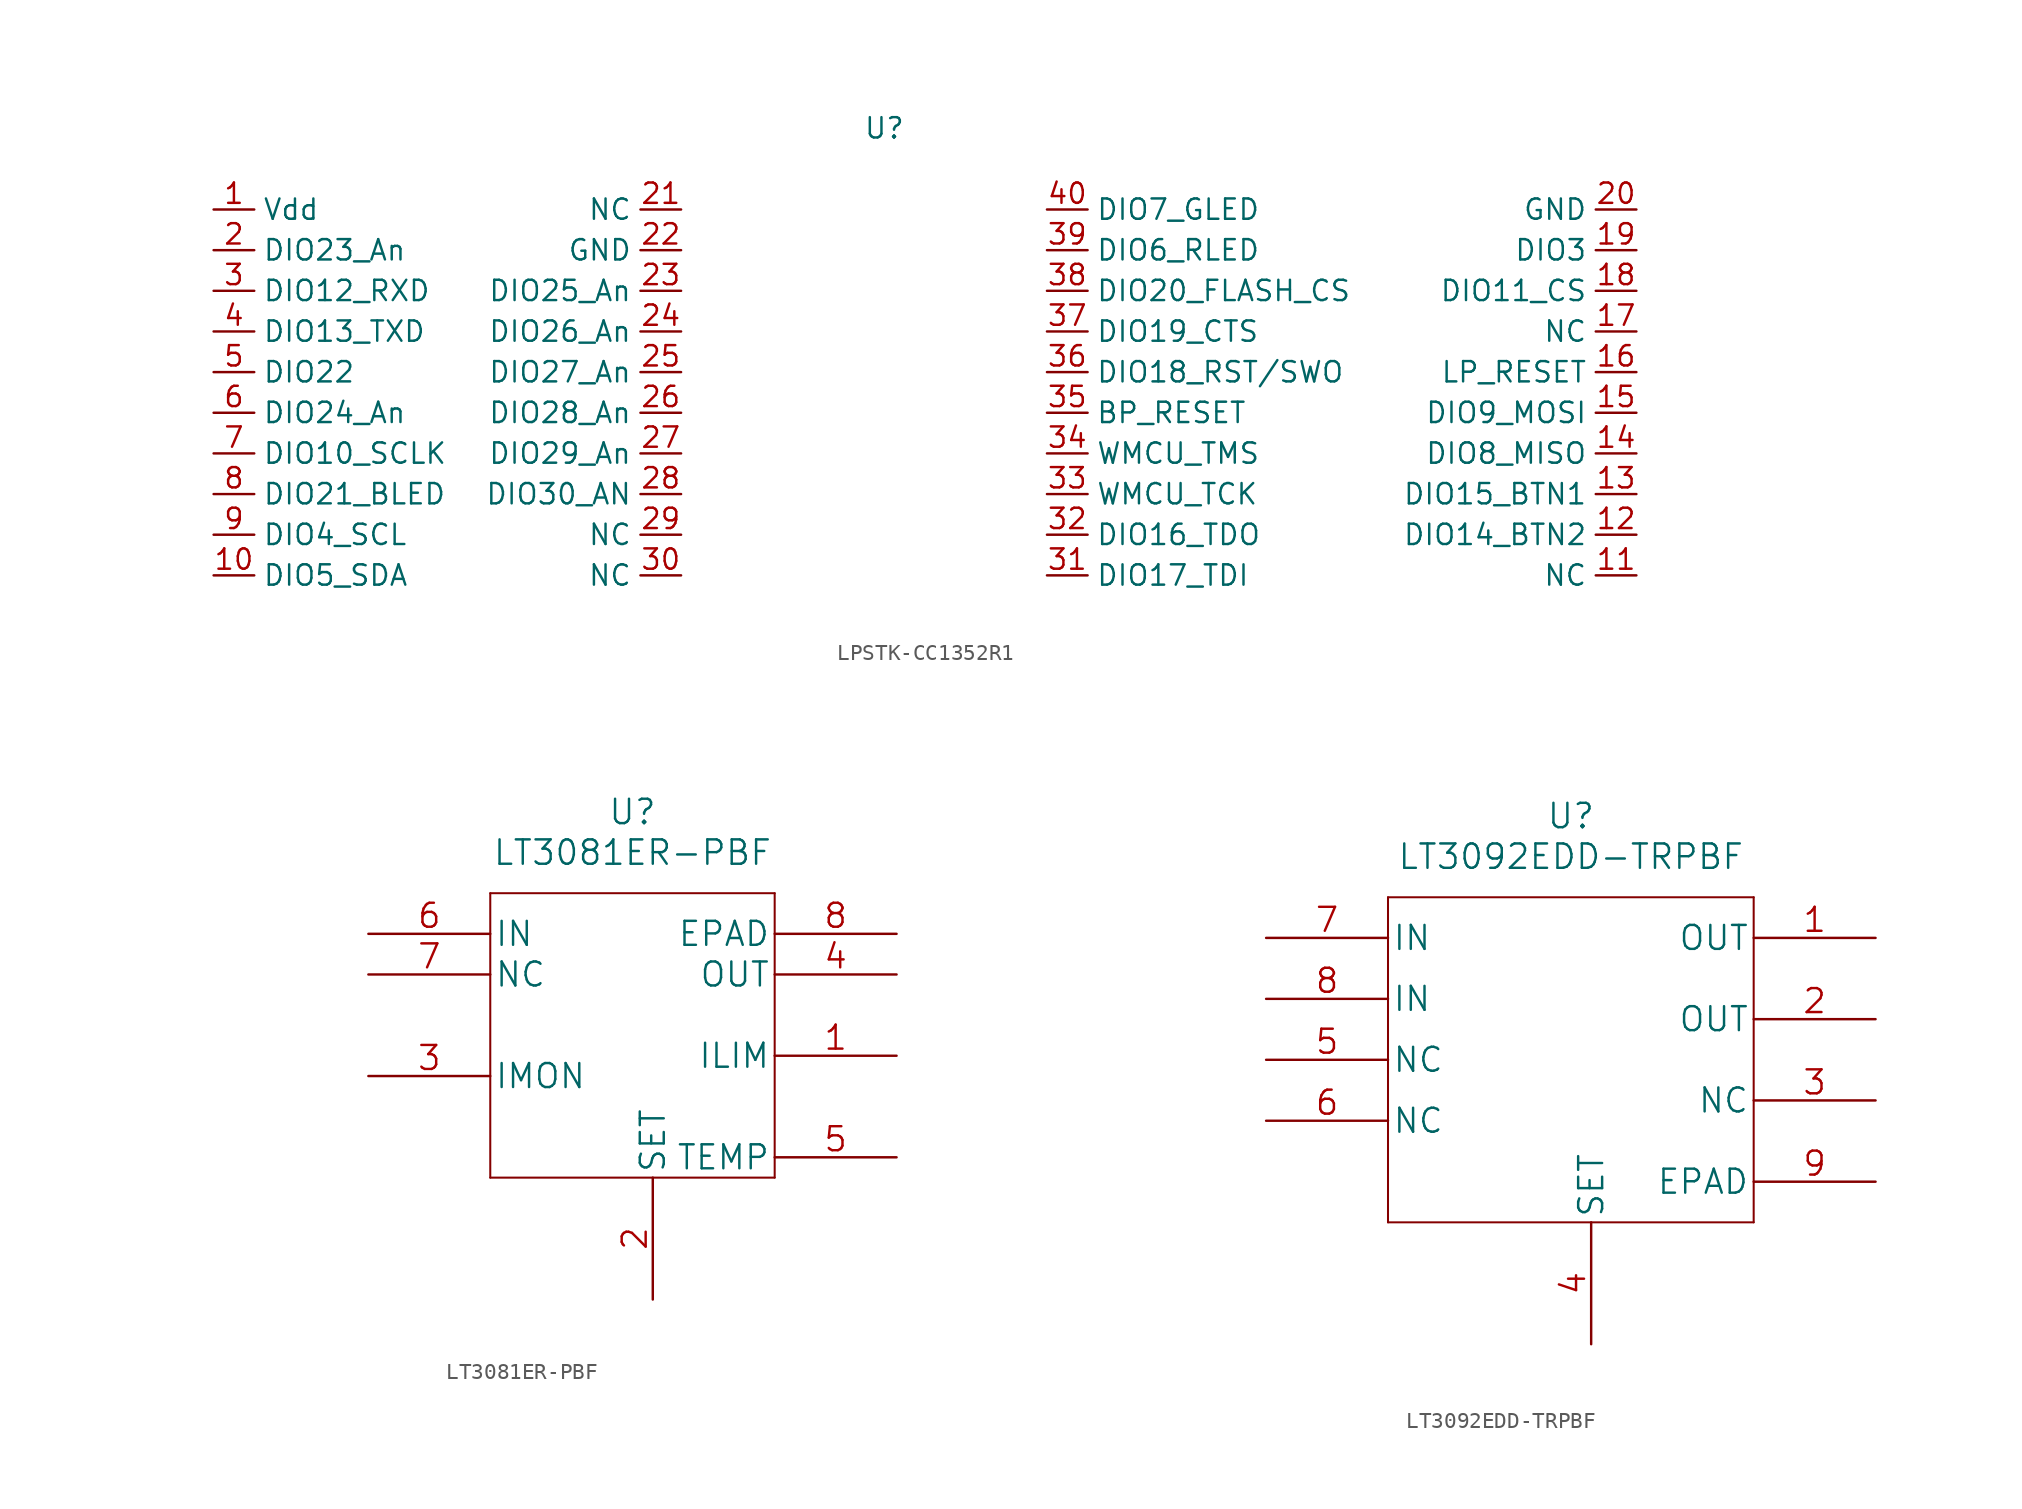
<source format=kicad_sym>
(kicad_symbol_lib
  (version 20220914)
  (generator kicad_symbol_editor)
  (symbol "LPSTK-CC1352R1"
    (property "Reference" "U"
      (at 0 0 0)
      (effects (font (size 1.27 1.27))))
    (property "Value" ""
      (at 0 0 0)
      (effects (font (size 1.27 1.27))))
    (symbol "LPSTK-CC1352R1_1_1"
      (pin input line (at -41.91 -5.08 0) (length 2.54) (name "Vdd" (effects (font (size 1.27 1.27)))) (number "1" (effects (font (size 1.27 1.27)))))
      (pin input line (at -41.91 -27.94 0) (length 2.54) (name "DIO5_SDA" (effects (font (size 1.27 1.27)))) (number "10" (effects (font (size 1.27 1.27)))))
      (pin passive line (at 46.99 -27.94 180) (length 2.54) (name "NC" (effects (font (size 1.27 1.27)))) (number "11" (effects (font (size 1.27 1.27)))))
      (pin passive line (at 46.99 -25.4 180) (length 2.54) (name "DIO14_BTN2" (effects (font (size 1.27 1.27)))) (number "12" (effects (font (size 1.27 1.27)))))
      (pin passive line (at 46.99 -22.86 180) (length 2.54) (name "DIO15_BTN1" (effects (font (size 1.27 1.27)))) (number "13" (effects (font (size 1.27 1.27)))))
      (pin passive line (at 46.99 -20.32 180) (length 2.54) (name "DIO8_MISO" (effects (font (size 1.27 1.27)))) (number "14" (effects (font (size 1.27 1.27)))))
      (pin passive line (at 46.99 -17.78 180) (length 2.54) (name "DIO9_MOSI" (effects (font (size 1.27 1.27)))) (number "15" (effects (font (size 1.27 1.27)))))
      (pin passive line (at 46.99 -15.24 180) (length 2.54) (name "LP_RESET" (effects (font (size 1.27 1.27)))) (number "16" (effects (font (size 1.27 1.27)))))
      (pin passive line (at 46.99 -12.7 180) (length 2.54) (name "NC" (effects (font (size 1.27 1.27)))) (number "17" (effects (font (size 1.27 1.27)))))
      (pin passive line (at 46.99 -10.16 180) (length 2.54) (name "DIO11_CS" (effects (font (size 1.27 1.27)))) (number "18" (effects (font (size 1.27 1.27)))))
      (pin passive line (at 46.99 -7.62 180) (length 2.54) (name "DIO3" (effects (font (size 1.27 1.27)))) (number "19" (effects (font (size 1.27 1.27)))))
      (pin input line (at -41.91 -7.62 0) (length 2.54) (name "DIO23_An" (effects (font (size 1.27 1.27)))) (number "2" (effects (font (size 1.27 1.27)))))
      (pin free line (at 46.99 -5.08 180) (length 2.54) (name "GND" (effects (font (size 1.27 1.27)))) (number "20" (effects (font (size 1.27 1.27)))))
      (pin free line (at -12.7 -5.08 180) (length 2.54) (name "NC" (effects (font (size 1.27 1.27)))) (number "21" (effects (font (size 1.27 1.27)))))
      (pin passive line (at -12.7 -7.62 180) (length 2.54) (name "GND" (effects (font (size 1.27 1.27)))) (number "22" (effects (font (size 1.27 1.27)))))
      (pin passive line (at -12.7 -10.16 180) (length 2.54) (name "DIO25_An" (effects (font (size 1.27 1.27)))) (number "23" (effects (font (size 1.27 1.27)))))
      (pin passive line (at -12.7 -12.7 180) (length 2.54) (name "DIO26_An" (effects (font (size 1.27 1.27)))) (number "24" (effects (font (size 1.27 1.27)))))
      (pin passive line (at -12.7 -15.24 180) (length 2.54) (name "DIO27_An" (effects (font (size 1.27 1.27)))) (number "25" (effects (font (size 1.27 1.27)))))
      (pin passive line (at -12.7 -17.78 180) (length 2.54) (name "DIO28_An" (effects (font (size 1.27 1.27)))) (number "26" (effects (font (size 1.27 1.27)))))
      (pin passive line (at -12.7 -20.32 180) (length 2.54) (name "DIO29_An" (effects (font (size 1.27 1.27)))) (number "27" (effects (font (size 1.27 1.27)))))
      (pin passive line (at -12.7 -22.86 180) (length 2.54) (name "DIO30_AN" (effects (font (size 1.27 1.27)))) (number "28" (effects (font (size 1.27 1.27)))))
      (pin passive line (at -12.7 -25.4 180) (length 2.54) (name "NC" (effects (font (size 1.27 1.27)))) (number "29" (effects (font (size 1.27 1.27)))))
      (pin input line (at -41.91 -10.16 0) (length 2.54) (name "DIO12_RXD" (effects (font (size 1.27 1.27)))) (number "3" (effects (font (size 1.27 1.27)))))
      (pin passive line (at -12.7 -27.94 180) (length 2.54) (name "NC" (effects (font (size 1.27 1.27)))) (number "30" (effects (font (size 1.27 1.27)))))
      (pin input line (at 10.16 -27.94 0) (length 2.54) (name "DIO17_TDI" (effects (font (size 1.27 1.27)))) (number "31" (effects (font (size 1.27 1.27)))))
      (pin input line (at 10.16 -25.4 0) (length 2.54) (name "DIO16_TDO" (effects (font (size 1.27 1.27)))) (number "32" (effects (font (size 1.27 1.27)))))
      (pin input line (at 10.16 -22.86 0) (length 2.54) (name "WMCU_TCK" (effects (font (size 1.27 1.27)))) (number "33" (effects (font (size 1.27 1.27)))))
      (pin input line (at 10.16 -20.32 0) (length 2.54) (name "WMCU_TMS" (effects (font (size 1.27 1.27)))) (number "34" (effects (font (size 1.27 1.27)))))
      (pin input line (at 10.16 -17.78 0) (length 2.54) (name "BP_RESET" (effects (font (size 1.27 1.27)))) (number "35" (effects (font (size 1.27 1.27)))))
      (pin input line (at 10.16 -15.24 0) (length 2.54) (name "DIO18_RST/SWO" (effects (font (size 1.27 1.27)))) (number "36" (effects (font (size 1.27 1.27)))))
      (pin input line (at 10.16 -12.7 0) (length 2.54) (name "DIO19_CTS" (effects (font (size 1.27 1.27)))) (number "37" (effects (font (size 1.27 1.27)))))
      (pin input line (at 10.16 -10.16 0) (length 2.54) (name "DIO20_FLASH_CS" (effects (font (size 1.27 1.27)))) (number "38" (effects (font (size 1.27 1.27)))))
      (pin input line (at 10.16 -7.62 0) (length 2.54) (name "DIO6_RLED" (effects (font (size 1.27 1.27)))) (number "39" (effects (font (size 1.27 1.27)))))
      (pin input line (at -41.91 -12.7 0) (length 2.54) (name "DIO13_TXD" (effects (font (size 1.27 1.27)))) (number "4" (effects (font (size 1.27 1.27)))))
      (pin input line (at 10.16 -5.08 0) (length 2.54) (name "DIO7_GLED" (effects (font (size 1.27 1.27)))) (number "40" (effects (font (size 1.27 1.27)))))
      (pin input line (at -41.91 -15.24 0) (length 2.54) (name "DIO22" (effects (font (size 1.27 1.27)))) (number "5" (effects (font (size 1.27 1.27)))))
      (pin input line (at -41.91 -17.78 0) (length 2.54) (name "DIO24_An" (effects (font (size 1.27 1.27)))) (number "6" (effects (font (size 1.27 1.27)))))
      (pin input line (at -41.91 -20.32 0) (length 2.54) (name "DIO10_SCLK" (effects (font (size 1.27 1.27)))) (number "7" (effects (font (size 1.27 1.27)))))
      (pin input line (at -41.91 -22.86 0) (length 2.54) (name "DIO21_BLED" (effects (font (size 1.27 1.27)))) (number "8" (effects (font (size 1.27 1.27)))))
      (pin input line (at -41.91 -25.4 0) (length 2.54) (name "DIO4_SCL" (effects (font (size 1.27 1.27)))) (number "9" (effects (font (size 1.27 1.27)))))))
  (symbol "LT3081ER-PBF"
    (pin_names
      (offset 0.254))
    (property "Reference" "U"
      (at 30.48 10.16 0)
      (effects (font (size 1.524 1.524))))
    (property "Value" "LT3081ER-PBF"
      (at 30.48 7.62 0)
      (effects (font (size 1.524 1.524))))
    (property "Datasheet" ""
      (at 0 0 0)
      (effects (font (size 1.524 1.524))))
    (symbol "LT3081ER-PBF_1_1"
      (polyline (pts (xy 21.59 -12.7) (xy 39.37 -12.7)) (stroke (width 0.127) (type default)) (fill (type none)))
      (polyline (pts (xy 21.59 5.08) (xy 21.59 -12.7)) (stroke (width 0.127) (type default)) (fill (type none)))
      (polyline (pts (xy 39.37 -12.7) (xy 39.37 5.08)) (stroke (width 0.127) (type default)) (fill (type none)))
      (polyline (pts (xy 39.37 5.08) (xy 21.59 5.08)) (stroke (width 0.127) (type default)) (fill (type none)))
      (pin unspecified line (at 46.99 -5.08 180) (length 7.62) (name "ILIM" (effects (font (size 1.499 1.499)))) (number "1" (effects (font (size 1.499 1.499)))))
      (pin unspecified line (at 31.75 -20.32 90) (length 7.62) (name "SET" (effects (font (size 1.499 1.499)))) (number "2" (effects (font (size 1.499 1.499)))))
      (pin unspecified line (at 13.97 -6.35 0) (length 7.62) (name "IMON" (effects (font (size 1.499 1.499)))) (number "3" (effects (font (size 1.499 1.499)))))
      (pin output line (at 46.99 0 180) (length 7.62) (name "OUT" (effects (font (size 1.499 1.499)))) (number "4" (effects (font (size 1.499 1.499)))))
      (pin unspecified line (at 46.99 -11.43 180) (length 7.62) (name "TEMP" (effects (font (size 1.499 1.499)))) (number "5" (effects (font (size 1.499 1.499)))))
      (pin input line (at 13.97 2.54 0) (length 7.62) (name "IN" (effects (font (size 1.499 1.499)))) (number "6" (effects (font (size 1.499 1.499)))))
      (pin unspecified line (at 13.97 0 0) (length 7.62) (name "NC" (effects (font (size 1.499 1.499)))) (number "7" (effects (font (size 1.499 1.499)))))
      (pin unspecified line (at 46.99 2.54 180) (length 7.62) (name "EPAD" (effects (font (size 1.499 1.499)))) (number "8" (effects (font (size 1.499 1.499)))))))
  (symbol "LT3092EDD-TRPBF"
    (pin_names
      (offset 0.254))
    (property "Reference" "U"
      (at 27.94 10.16 0)
      (effects (font (size 1.524 1.524))))
    (property "Value" "LT3092EDD-TRPBF"
      (at 27.94 7.62 0)
      (effects (font (size 1.524 1.524))))
    (property "Datasheet" ""
      (at 0 0 0)
      (effects (font (size 1.524 1.524))))
    (symbol "LT3092EDD-TRPBF_1_1"
      (polyline (pts (xy 16.51 -15.24) (xy 39.37 -15.24)) (stroke (width 0.127) (type default)) (fill (type none)))
      (polyline (pts (xy 16.51 5.08) (xy 16.51 -15.24)) (stroke (width 0.127) (type default)) (fill (type none)))
      (polyline (pts (xy 39.37 -15.24) (xy 39.37 5.08)) (stroke (width 0.127) (type default)) (fill (type none)))
      (polyline (pts (xy 39.37 5.08) (xy 16.51 5.08)) (stroke (width 0.127) (type default)) (fill (type none)))
      (pin output line (at 46.99 2.54 180) (length 7.62) (name "OUT" (effects (font (size 1.499 1.499)))) (number "1" (effects (font (size 1.499 1.499)))))
      (pin output line (at 46.99 -2.54 180) (length 7.62) (name "OUT" (effects (font (size 1.499 1.499)))) (number "2" (effects (font (size 1.499 1.499)))))
      (pin unspecified line (at 46.99 -7.62 180) (length 7.62) (name "NC" (effects (font (size 1.499 1.499)))) (number "3" (effects (font (size 1.499 1.499)))))
      (pin input line (at 29.21 -22.86 90) (length 7.62) (name "SET" (effects (font (size 1.499 1.499)))) (number "4" (effects (font (size 1.499 1.499)))))
      (pin unspecified line (at 8.89 -5.08 0) (length 7.62) (name "NC" (effects (font (size 1.499 1.499)))) (number "5" (effects (font (size 1.499 1.499)))))
      (pin unspecified line (at 8.89 -8.89 0) (length 7.62) (name "NC" (effects (font (size 1.499 1.499)))) (number "6" (effects (font (size 1.499 1.499)))))
      (pin input line (at 8.89 2.54 0) (length 7.62) (name "IN" (effects (font (size 1.499 1.499)))) (number "7" (effects (font (size 1.499 1.499)))))
      (pin input line (at 8.89 -1.27 0) (length 7.62) (name "IN" (effects (font (size 1.499 1.499)))) (number "8" (effects (font (size 1.499 1.499)))))
      (pin unspecified line (at 46.99 -12.7 180) (length 7.62) (name "EPAD" (effects (font (size 1.499 1.499)))) (number "9" (effects (font (size 1.499 1.499))))))))
</source>
